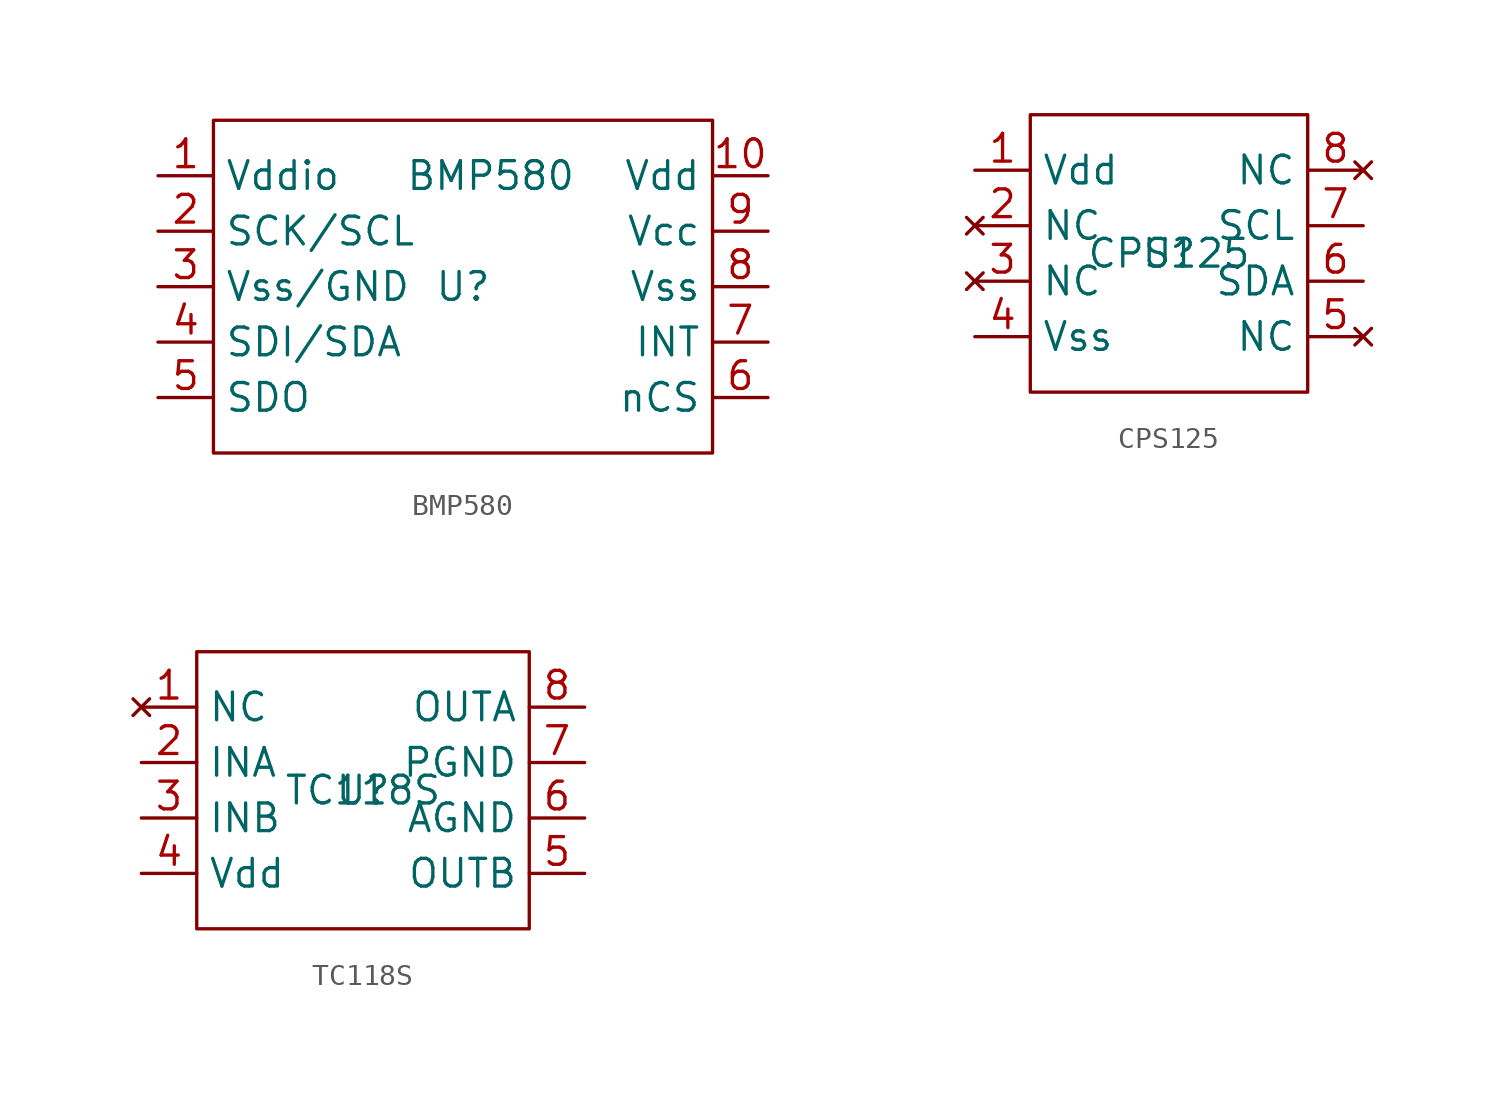
<source format=kicad_sym>
(kicad_symbol_lib
  (version 20241209)
  (generator "kicad_symbol_editor")
  (generator_version "9.0")
  (symbol "BMP580"
    (property "Reference" "U"
      (at 0 0 0)
      (effects (font (size 1.27 1.27))))
    (property "Value" "BMP580"
      (at 1.27 5.08 0)
      (effects (font (size 1.27 1.27))))
    (symbol "BMP580_0_1"
      (rectangle (start -11.43 7.62) (end 11.43 -7.62) (stroke (width 0) (type default)) (fill (type none))))
    (symbol "BMP580_1_1"
      (pin power_in line (at -13.97 5.08 0) (length 2.54) (name "Vddio" (effects (font (size 1.27 1.27)))) (number "1" (effects (font (size 1.27 1.27)))))
      (pin input line (at -13.97 2.54 0) (length 2.54) (name "SCK/SCL" (effects (font (size 1.27 1.27)))) (number "2" (effects (font (size 1.27 1.27)))))
      (pin power_in line (at -13.97 0 0) (length 2.54) (name "Vss/GND" (effects (font (size 1.27 1.27)))) (number "3" (effects (font (size 1.27 1.27)))))
      (pin bidirectional line (at -13.97 -2.54 0) (length 2.54) (name "SDI/SDA" (effects (font (size 1.27 1.27)))) (number "4" (effects (font (size 1.27 1.27)))))
      (pin bidirectional line (at -13.97 -5.08 0) (length 2.54) (name "SDO" (effects (font (size 1.27 1.27)))) (number "5" (effects (font (size 1.27 1.27)))))
      (pin power_in line (at 13.97 5.08 180) (length 2.54) (name "Vdd" (effects (font (size 1.27 1.27)))) (number "10" (effects (font (size 1.27 1.27)))))
      (pin power_in line (at 13.97 2.54 180) (length 2.54) (name "Vcc" (effects (font (size 1.27 1.27)))) (number "9" (effects (font (size 1.27 1.27)))))
      (pin power_in line (at 13.97 0 180) (length 2.54) (name "Vss" (effects (font (size 1.27 1.27)))) (number "8" (effects (font (size 1.27 1.27)))))
      (pin output line (at 13.97 -2.54 180) (length 2.54) (name "INT" (effects (font (size 1.27 1.27)))) (number "7" (effects (font (size 1.27 1.27)))))
      (pin input line (at 13.97 -5.08 180) (length 2.54) (name "nCS" (effects (font (size 1.27 1.27)))) (number "6" (effects (font (size 1.27 1.27)))))))
  (symbol "CPS125"
    (property "Reference" "U"
      (at 0 0 0)
      (effects (font (size 1.27 1.27))))
    (property "Value" "CPS125"
      (at 0 0 0)
      (effects (font (size 1.27 1.27))))
    (symbol "CPS125_0_1"
      (rectangle (start -6.35 6.35) (end 6.35 -6.35) (stroke (width 0) (type default)) (fill (type none))))
    (symbol "CPS125_1_1"
      (pin power_in line (at -8.89 3.81 0) (length 2.54) (name "Vdd" (effects (font (size 1.27 1.27)))) (number "1" (effects (font (size 1.27 1.27)))))
      (pin no_connect line (at -8.89 1.27 0) (length 2.54) (name "NC" (effects (font (size 1.27 1.27)))) (number "2" (effects (font (size 1.27 1.27)))))
      (pin no_connect line (at -8.89 -1.27 0) (length 2.54) (name "NC" (effects (font (size 1.27 1.27)))) (number "3" (effects (font (size 1.27 1.27)))))
      (pin power_in line (at -8.89 -3.81 0) (length 2.54) (name "Vss" (effects (font (size 1.27 1.27)))) (number "4" (effects (font (size 1.27 1.27)))))
      (pin no_connect line (at 8.89 3.81 180) (length 2.54) (name "NC" (effects (font (size 1.27 1.27)))) (number "8" (effects (font (size 1.27 1.27)))))
      (pin input line (at 8.89 1.27 180) (length 2.54) (name "SCL" (effects (font (size 1.27 1.27)))) (number "7" (effects (font (size 1.27 1.27)))))
      (pin bidirectional line (at 8.89 -1.27 180) (length 2.54) (name "SDA" (effects (font (size 1.27 1.27)))) (number "6" (effects (font (size 1.27 1.27)))))
      (pin no_connect line (at 8.89 -3.81 180) (length 2.54) (name "NC" (effects (font (size 1.27 1.27)))) (number "5" (effects (font (size 1.27 1.27)))))))
  (symbol "TC118S"
    (property "Reference" "U"
      (at 0 0 0)
      (effects (font (size 1.27 1.27))))
    (property "Value" "TC118S"
      (at 0 0 0)
      (effects (font (size 1.27 1.27))))
    (symbol "TC118S_0_1"
      (rectangle (start -7.62 6.35) (end 7.62 -6.35) (stroke (width 0) (type default)) (fill (type none))))
    (symbol "TC118S_1_1"
      (pin no_connect line (at -10.16 3.81 0) (length 2.54) (name "NC" (effects (font (size 1.27 1.27)))) (number "1" (effects (font (size 1.27 1.27)))))
      (pin input line (at -10.16 1.27 0) (length 2.54) (name "INA" (effects (font (size 1.27 1.27)))) (number "2" (effects (font (size 1.27 1.27)))))
      (pin input line (at -10.16 -1.27 0) (length 2.54) (name "INB" (effects (font (size 1.27 1.27)))) (number "3" (effects (font (size 1.27 1.27)))))
      (pin power_in line (at -10.16 -3.81 0) (length 2.54) (name "Vdd" (effects (font (size 1.27 1.27)))) (number "4" (effects (font (size 1.27 1.27)))))
      (pin power_out line (at 10.16 3.81 180) (length 2.54) (name "OUTA" (effects (font (size 1.27 1.27)))) (number "8" (effects (font (size 1.27 1.27)))))
      (pin power_in line (at 10.16 1.27 180) (length 2.54) (name "PGND" (effects (font (size 1.27 1.27)))) (number "7" (effects (font (size 1.27 1.27)))))
      (pin power_in line (at 10.16 -1.27 180) (length 2.54) (name "AGND" (effects (font (size 1.27 1.27)))) (number "6" (effects (font (size 1.27 1.27)))))
      (pin power_out line (at 10.16 -3.81 180) (length 2.54) (name "OUTB" (effects (font (size 1.27 1.27)))) (number "5" (effects (font (size 1.27 1.27))))))))
</source>
